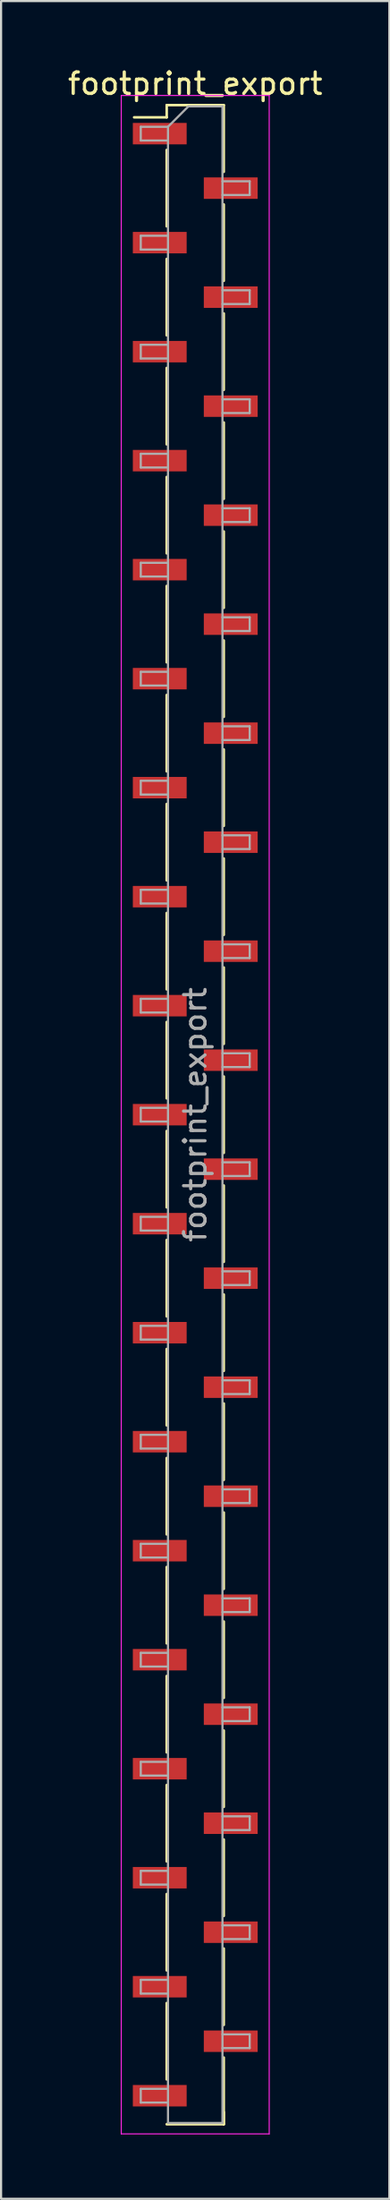
<source format=kicad_pcb>
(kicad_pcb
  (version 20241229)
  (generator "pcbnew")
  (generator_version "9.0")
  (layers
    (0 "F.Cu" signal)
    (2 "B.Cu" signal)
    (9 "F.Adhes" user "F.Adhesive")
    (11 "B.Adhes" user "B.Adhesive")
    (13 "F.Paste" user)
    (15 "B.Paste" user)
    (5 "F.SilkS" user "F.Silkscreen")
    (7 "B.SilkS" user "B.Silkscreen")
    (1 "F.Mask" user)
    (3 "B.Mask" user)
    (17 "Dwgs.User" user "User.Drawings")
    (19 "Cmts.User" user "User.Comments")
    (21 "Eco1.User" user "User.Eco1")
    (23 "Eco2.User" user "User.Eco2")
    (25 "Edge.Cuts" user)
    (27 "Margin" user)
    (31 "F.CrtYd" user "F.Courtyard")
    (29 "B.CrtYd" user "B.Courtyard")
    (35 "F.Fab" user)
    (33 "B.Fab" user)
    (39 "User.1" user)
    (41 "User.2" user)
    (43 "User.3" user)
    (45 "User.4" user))
  (footprint "footprint_export"
    (layer "F.Cu")
    (at 6.054 48.898)
    (property "Reference" "footprint_export" (at 0 -48.05 0) (layer "F.SilkS") (effects (font (size 1 1) (thickness 0.15))))
    (attr smd)
    (fp_line (start -1.33 -47.05) (end -1.33 -46.48) (stroke (width 0.12) (type solid)) (layer "F.SilkS"))
    (fp_line (start -1.33 -47.05) (end 1.33 -47.05) (stroke (width 0.12) (type solid)) (layer "F.SilkS"))
    (fp_line (start -1.33 -46.48) (end -2.85 -46.48) (stroke (width 0.12) (type solid)) (layer "F.SilkS"))
    (fp_line (start -1.33 -44.96) (end -1.33 -41.4) (stroke (width 0.12) (type solid)) (layer "F.SilkS"))
    (fp_line (start -1.33 -39.88) (end -1.33 -36.32) (stroke (width 0.12) (type solid)) (layer "F.SilkS"))
    (fp_line (start -1.33 -34.8) (end -1.33 -31.24) (stroke (width 0.12) (type solid)) (layer "F.SilkS"))
    (fp_line (start -1.33 -29.72) (end -1.33 -26.16) (stroke (width 0.12) (type solid)) (layer "F.SilkS"))
    (fp_line (start -1.33 -24.64) (end -1.33 -21.08) (stroke (width 0.12) (type solid)) (layer "F.SilkS"))
    (fp_line (start -1.33 -19.56) (end -1.33 -16) (stroke (width 0.12) (type solid)) (layer "F.SilkS"))
    (fp_line (start -1.33 -14.48) (end -1.33 -10.92) (stroke (width 0.12) (type solid)) (layer "F.SilkS"))
    (fp_line (start -1.33 -9.4) (end -1.33 -5.84) (stroke (width 0.12) (type solid)) (layer "F.SilkS"))
    (fp_line (start -1.33 -4.32) (end -1.33 -0.76) (stroke (width 0.12) (type solid)) (layer "F.SilkS"))
    (fp_line (start -1.33 0.76) (end -1.33 4.32) (stroke (width 0.12) (type solid)) (layer "F.SilkS"))
    (fp_line (start -1.33 5.84) (end -1.33 9.4) (stroke (width 0.12) (type solid)) (layer "F.SilkS"))
    (fp_line (start -1.33 10.92) (end -1.33 14.48) (stroke (width 0.12) (type solid)) (layer "F.SilkS"))
    (fp_line (start -1.33 16) (end -1.33 19.56) (stroke (width 0.12) (type solid)) (layer "F.SilkS"))
    (fp_line (start -1.33 21.08) (end -1.33 24.64) (stroke (width 0.12) (type solid)) (layer "F.SilkS"))
    (fp_line (start -1.33 26.16) (end -1.33 29.72) (stroke (width 0.12) (type solid)) (layer "F.SilkS"))
    (fp_line (start -1.33 31.24) (end -1.33 34.8) (stroke (width 0.12) (type solid)) (layer "F.SilkS"))
    (fp_line (start -1.33 36.32) (end -1.33 39.88) (stroke (width 0.12) (type solid)) (layer "F.SilkS"))
    (fp_line (start -1.33 41.4) (end -1.33 44.96) (stroke (width 0.12) (type solid)) (layer "F.SilkS"))
    (fp_line (start -1.33 47.05) (end 1.33 47.05) (stroke (width 0.12) (type solid)) (layer "F.SilkS"))
    (fp_line (start 1.33 -47.05) (end 1.33 -43.94) (stroke (width 0.12) (type solid)) (layer "F.SilkS"))
    (fp_line (start 1.33 -42.42) (end 1.33 -38.86) (stroke (width 0.12) (type solid)) (layer "F.SilkS"))
    (fp_line (start 1.33 -37.34) (end 1.33 -33.78) (stroke (width 0.12) (type solid)) (layer "F.SilkS"))
    (fp_line (start 1.33 -32.26) (end 1.33 -28.7) (stroke (width 0.12) (type solid)) (layer "F.SilkS"))
    (fp_line (start 1.33 -27.18) (end 1.33 -23.62) (stroke (width 0.12) (type solid)) (layer "F.SilkS"))
    (fp_line (start 1.33 -22.1) (end 1.33 -18.54) (stroke (width 0.12) (type solid)) (layer "F.SilkS"))
    (fp_line (start 1.33 -17.02) (end 1.33 -13.46) (stroke (width 0.12) (type solid)) (layer "F.SilkS"))
    (fp_line (start 1.33 -11.94) (end 1.33 -8.38) (stroke (width 0.12) (type solid)) (layer "F.SilkS"))
    (fp_line (start 1.33 -6.86) (end 1.33 -3.3) (stroke (width 0.12) (type solid)) (layer "F.SilkS"))
    (fp_line (start 1.33 -1.78) (end 1.33 1.78) (stroke (width 0.12) (type solid)) (layer "F.SilkS"))
    (fp_line (start 1.33 3.3) (end 1.33 6.86) (stroke (width 0.12) (type solid)) (layer "F.SilkS"))
    (fp_line (start 1.33 8.38) (end 1.33 11.94) (stroke (width 0.12) (type solid)) (layer "F.SilkS"))
    (fp_line (start 1.33 13.46) (end 1.33 17.02) (stroke (width 0.12) (type solid)) (layer "F.SilkS"))
    (fp_line (start 1.33 18.54) (end 1.33 22.1) (stroke (width 0.12) (type solid)) (layer "F.SilkS"))
    (fp_line (start 1.33 23.62) (end 1.33 27.18) (stroke (width 0.12) (type solid)) (layer "F.SilkS"))
    (fp_line (start 1.33 28.7) (end 1.33 32.26) (stroke (width 0.12) (type solid)) (layer "F.SilkS"))
    (fp_line (start 1.33 33.78) (end 1.33 37.34) (stroke (width 0.12) (type solid)) (layer "F.SilkS"))
    (fp_line (start 1.33 38.86) (end 1.33 42.42) (stroke (width 0.12) (type solid)) (layer "F.SilkS"))
    (fp_line (start 1.33 43.94) (end 1.33 47.05) (stroke (width 0.12) (type solid)) (layer "F.SilkS"))
    (fp_line (start 1.33 46.48) (end 1.33 47.05) (stroke (width 0.12) (type solid)) (layer "F.SilkS"))
    (fp_line (start -3.45 -47.5) (end -3.45 47.5) (stroke (width 0.05) (type solid)) (layer "F.CrtYd"))
    (fp_line (start -3.45 47.5) (end 3.45 47.5) (stroke (width 0.05) (type solid)) (layer "F.CrtYd"))
    (fp_line (start 3.45 -47.5) (end -3.45 -47.5) (stroke (width 0.05) (type solid)) (layer "F.CrtYd"))
    (fp_line (start 3.45 47.5) (end 3.45 -47.5) (stroke (width 0.05) (type solid)) (layer "F.CrtYd"))
    (fp_line (start -2.54 -46.04) (end -2.54 -45.4) (stroke (width 0.1) (type solid)) (layer "F.Fab"))
    (fp_line (start -2.54 -45.4) (end -1.27 -45.4) (stroke (width 0.1) (type solid)) (layer "F.Fab"))
    (fp_line (start -2.54 -40.96) (end -2.54 -40.32) (stroke (width 0.1) (type solid)) (layer "F.Fab"))
    (fp_line (start -2.54 -40.32) (end -1.27 -40.32) (stroke (width 0.1) (type solid)) (layer "F.Fab"))
    (fp_line (start -2.54 -35.88) (end -2.54 -35.24) (stroke (width 0.1) (type solid)) (layer "F.Fab"))
    (fp_line (start -2.54 -35.24) (end -1.27 -35.24) (stroke (width 0.1) (type solid)) (layer "F.Fab"))
    (fp_line (start -2.54 -30.8) (end -2.54 -30.16) (stroke (width 0.1) (type solid)) (layer "F.Fab"))
    (fp_line (start -2.54 -30.16) (end -1.27 -30.16) (stroke (width 0.1) (type solid)) (layer "F.Fab"))
    (fp_line (start -2.54 -25.72) (end -2.54 -25.08) (stroke (width 0.1) (type solid)) (layer "F.Fab"))
    (fp_line (start -2.54 -25.08) (end -1.27 -25.08) (stroke (width 0.1) (type solid)) (layer "F.Fab"))
    (fp_line (start -2.54 -20.64) (end -2.54 -20) (stroke (width 0.1) (type solid)) (layer "F.Fab"))
    (fp_line (start -2.54 -20) (end -1.27 -20) (stroke (width 0.1) (type solid)) (layer "F.Fab"))
    (fp_line (start -2.54 -15.56) (end -2.54 -14.92) (stroke (width 0.1) (type solid)) (layer "F.Fab"))
    (fp_line (start -2.54 -14.92) (end -1.27 -14.92) (stroke (width 0.1) (type solid)) (layer "F.Fab"))
    (fp_line (start -2.54 -10.48) (end -2.54 -9.84) (stroke (width 0.1) (type solid)) (layer "F.Fab"))
    (fp_line (start -2.54 -9.84) (end -1.27 -9.84) (stroke (width 0.1) (type solid)) (layer "F.Fab"))
    (fp_line (start -2.54 -5.4) (end -2.54 -4.76) (stroke (width 0.1) (type solid)) (layer "F.Fab"))
    (fp_line (start -2.54 -4.76) (end -1.27 -4.76) (stroke (width 0.1) (type solid)) (layer "F.Fab"))
    (fp_line (start -2.54 -0.32) (end -2.54 0.32) (stroke (width 0.1) (type solid)) (layer "F.Fab"))
    (fp_line (start -2.54 0.32) (end -1.27 0.32) (stroke (width 0.1) (type solid)) (layer "F.Fab"))
    (fp_line (start -2.54 4.76) (end -2.54 5.4) (stroke (width 0.1) (type solid)) (layer "F.Fab"))
    (fp_line (start -2.54 5.4) (end -1.27 5.4) (stroke (width 0.1) (type solid)) (layer "F.Fab"))
    (fp_line (start -2.54 9.84) (end -2.54 10.48) (stroke (width 0.1) (type solid)) (layer "F.Fab"))
    (fp_line (start -2.54 10.48) (end -1.27 10.48) (stroke (width 0.1) (type solid)) (layer "F.Fab"))
    (fp_line (start -2.54 14.92) (end -2.54 15.56) (stroke (width 0.1) (type solid)) (layer "F.Fab"))
    (fp_line (start -2.54 15.56) (end -1.27 15.56) (stroke (width 0.1) (type solid)) (layer "F.Fab"))
    (fp_line (start -2.54 20) (end -2.54 20.64) (stroke (width 0.1) (type solid)) (layer "F.Fab"))
    (fp_line (start -2.54 20.64) (end -1.27 20.64) (stroke (width 0.1) (type solid)) (layer "F.Fab"))
    (fp_line (start -2.54 25.08) (end -2.54 25.72) (stroke (width 0.1) (type solid)) (layer "F.Fab"))
    (fp_line (start -2.54 25.72) (end -1.27 25.72) (stroke (width 0.1) (type solid)) (layer "F.Fab"))
    (fp_line (start -2.54 30.16) (end -2.54 30.8) (stroke (width 0.1) (type solid)) (layer "F.Fab"))
    (fp_line (start -2.54 30.8) (end -1.27 30.8) (stroke (width 0.1) (type solid)) (layer "F.Fab"))
    (fp_line (start -2.54 35.24) (end -2.54 35.88) (stroke (width 0.1) (type solid)) (layer "F.Fab"))
    (fp_line (start -2.54 35.88) (end -1.27 35.88) (stroke (width 0.1) (type solid)) (layer "F.Fab"))
    (fp_line (start -2.54 40.32) (end -2.54 40.96) (stroke (width 0.1) (type solid)) (layer "F.Fab"))
    (fp_line (start -2.54 40.96) (end -1.27 40.96) (stroke (width 0.1) (type solid)) (layer "F.Fab"))
    (fp_line (start -2.54 45.4) (end -2.54 46.04) (stroke (width 0.1) (type solid)) (layer "F.Fab"))
    (fp_line (start -2.54 46.04) (end -1.27 46.04) (stroke (width 0.1) (type solid)) (layer "F.Fab"))
    (fp_line (start -1.27 -46.04) (end -2.54 -46.04) (stroke (width 0.1) (type solid)) (layer "F.Fab"))
    (fp_line (start -1.27 -46.04) (end -0.32 -46.99) (stroke (width 0.1) (type solid)) (layer "F.Fab"))
    (fp_line (start -1.27 -40.96) (end -2.54 -40.96) (stroke (width 0.1) (type solid)) (layer "F.Fab"))
    (fp_line (start -1.27 -35.88) (end -2.54 -35.88) (stroke (width 0.1) (type solid)) (layer "F.Fab"))
    (fp_line (start -1.27 -30.8) (end -2.54 -30.8) (stroke (width 0.1) (type solid)) (layer "F.Fab"))
    (fp_line (start -1.27 -25.72) (end -2.54 -25.72) (stroke (width 0.1) (type solid)) (layer "F.Fab"))
    (fp_line (start -1.27 -20.64) (end -2.54 -20.64) (stroke (width 0.1) (type solid)) (layer "F.Fab"))
    (fp_line (start -1.27 -15.56) (end -2.54 -15.56) (stroke (width 0.1) (type solid)) (layer "F.Fab"))
    (fp_line (start -1.27 -10.48) (end -2.54 -10.48) (stroke (width 0.1) (type solid)) (layer "F.Fab"))
    (fp_line (start -1.27 -5.4) (end -2.54 -5.4) (stroke (width 0.1) (type solid)) (layer "F.Fab"))
    (fp_line (start -1.27 -0.32) (end -2.54 -0.32) (stroke (width 0.1) (type solid)) (layer "F.Fab"))
    (fp_line (start -1.27 4.76) (end -2.54 4.76) (stroke (width 0.1) (type solid)) (layer "F.Fab"))
    (fp_line (start -1.27 9.84) (end -2.54 9.84) (stroke (width 0.1) (type solid)) (layer "F.Fab"))
    (fp_line (start -1.27 14.92) (end -2.54 14.92) (stroke (width 0.1) (type solid)) (layer "F.Fab"))
    (fp_line (start -1.27 20) (end -2.54 20) (stroke (width 0.1) (type solid)) (layer "F.Fab"))
    (fp_line (start -1.27 25.08) (end -2.54 25.08) (stroke (width 0.1) (type solid)) (layer "F.Fab"))
    (fp_line (start -1.27 30.16) (end -2.54 30.16) (stroke (width 0.1) (type solid)) (layer "F.Fab"))
    (fp_line (start -1.27 35.24) (end -2.54 35.24) (stroke (width 0.1) (type solid)) (layer "F.Fab"))
    (fp_line (start -1.27 40.32) (end -2.54 40.32) (stroke (width 0.1) (type solid)) (layer "F.Fab"))
    (fp_line (start -1.27 45.4) (end -2.54 45.4) (stroke (width 0.1) (type solid)) (layer "F.Fab"))
    (fp_line (start -1.27 46.99) (end -1.27 -46.04) (stroke (width 0.1) (type solid)) (layer "F.Fab"))
    (fp_line (start -0.32 -46.99) (end 1.27 -46.99) (stroke (width 0.1) (type solid)) (layer "F.Fab"))
    (fp_line (start 1.27 -46.99) (end 1.27 46.99) (stroke (width 0.1) (type solid)) (layer "F.Fab"))
    (fp_line (start 1.27 -43.5) (end 2.54 -43.5) (stroke (width 0.1) (type solid)) (layer "F.Fab"))
    (fp_line (start 1.27 -38.42) (end 2.54 -38.42) (stroke (width 0.1) (type solid)) (layer "F.Fab"))
    (fp_line (start 1.27 -33.34) (end 2.54 -33.34) (stroke (width 0.1) (type solid)) (layer "F.Fab"))
    (fp_line (start 1.27 -28.26) (end 2.54 -28.26) (stroke (width 0.1) (type solid)) (layer "F.Fab"))
    (fp_line (start 1.27 -23.18) (end 2.54 -23.18) (stroke (width 0.1) (type solid)) (layer "F.Fab"))
    (fp_line (start 1.27 -18.1) (end 2.54 -18.1) (stroke (width 0.1) (type solid)) (layer "F.Fab"))
    (fp_line (start 1.27 -13.02) (end 2.54 -13.02) (stroke (width 0.1) (type solid)) (layer "F.Fab"))
    (fp_line (start 1.27 -7.94) (end 2.54 -7.94) (stroke (width 0.1) (type solid)) (layer "F.Fab"))
    (fp_line (start 1.27 -2.86) (end 2.54 -2.86) (stroke (width 0.1) (type solid)) (layer "F.Fab"))
    (fp_line (start 1.27 2.22) (end 2.54 2.22) (stroke (width 0.1) (type solid)) (layer "F.Fab"))
    (fp_line (start 1.27 7.3) (end 2.54 7.3) (stroke (width 0.1) (type solid)) (layer "F.Fab"))
    (fp_line (start 1.27 12.38) (end 2.54 12.38) (stroke (width 0.1) (type solid)) (layer "F.Fab"))
    (fp_line (start 1.27 17.46) (end 2.54 17.46) (stroke (width 0.1) (type solid)) (layer "F.Fab"))
    (fp_line (start 1.27 22.54) (end 2.54 22.54) (stroke (width 0.1) (type solid)) (layer "F.Fab"))
    (fp_line (start 1.27 27.62) (end 2.54 27.62) (stroke (width 0.1) (type solid)) (layer "F.Fab"))
    (fp_line (start 1.27 32.7) (end 2.54 32.7) (stroke (width 0.1) (type solid)) (layer "F.Fab"))
    (fp_line (start 1.27 37.78) (end 2.54 37.78) (stroke (width 0.1) (type solid)) (layer "F.Fab"))
    (fp_line (start 1.27 42.86) (end 2.54 42.86) (stroke (width 0.1) (type solid)) (layer "F.Fab"))
    (fp_line (start 1.27 46.99) (end -1.27 46.99) (stroke (width 0.1) (type solid)) (layer "F.Fab"))
    (fp_line (start 2.54 -43.5) (end 2.54 -42.86) (stroke (width 0.1) (type solid)) (layer "F.Fab"))
    (fp_line (start 2.54 -42.86) (end 1.27 -42.86) (stroke (width 0.1) (type solid)) (layer "F.Fab"))
    (fp_line (start 2.54 -38.42) (end 2.54 -37.78) (stroke (width 0.1) (type solid)) (layer "F.Fab"))
    (fp_line (start 2.54 -37.78) (end 1.27 -37.78) (stroke (width 0.1) (type solid)) (layer "F.Fab"))
    (fp_line (start 2.54 -33.34) (end 2.54 -32.7) (stroke (width 0.1) (type solid)) (layer "F.Fab"))
    (fp_line (start 2.54 -32.7) (end 1.27 -32.7) (stroke (width 0.1) (type solid)) (layer "F.Fab"))
    (fp_line (start 2.54 -28.26) (end 2.54 -27.62) (stroke (width 0.1) (type solid)) (layer "F.Fab"))
    (fp_line (start 2.54 -27.62) (end 1.27 -27.62) (stroke (width 0.1) (type solid)) (layer "F.Fab"))
    (fp_line (start 2.54 -23.18) (end 2.54 -22.54) (stroke (width 0.1) (type solid)) (layer "F.Fab"))
    (fp_line (start 2.54 -22.54) (end 1.27 -22.54) (stroke (width 0.1) (type solid)) (layer "F.Fab"))
    (fp_line (start 2.54 -18.1) (end 2.54 -17.46) (stroke (width 0.1) (type solid)) (layer "F.Fab"))
    (fp_line (start 2.54 -17.46) (end 1.27 -17.46) (stroke (width 0.1) (type solid)) (layer "F.Fab"))
    (fp_line (start 2.54 -13.02) (end 2.54 -12.38) (stroke (width 0.1) (type solid)) (layer "F.Fab"))
    (fp_line (start 2.54 -12.38) (end 1.27 -12.38) (stroke (width 0.1) (type solid)) (layer "F.Fab"))
    (fp_line (start 2.54 -7.94) (end 2.54 -7.3) (stroke (width 0.1) (type solid)) (layer "F.Fab"))
    (fp_line (start 2.54 -7.3) (end 1.27 -7.3) (stroke (width 0.1) (type solid)) (layer "F.Fab"))
    (fp_line (start 2.54 -2.86) (end 2.54 -2.22) (stroke (width 0.1) (type solid)) (layer "F.Fab"))
    (fp_line (start 2.54 -2.22) (end 1.27 -2.22) (stroke (width 0.1) (type solid)) (layer "F.Fab"))
    (fp_line (start 2.54 2.22) (end 2.54 2.86) (stroke (width 0.1) (type solid)) (layer "F.Fab"))
    (fp_line (start 2.54 2.86) (end 1.27 2.86) (stroke (width 0.1) (type solid)) (layer "F.Fab"))
    (fp_line (start 2.54 7.3) (end 2.54 7.94) (stroke (width 0.1) (type solid)) (layer "F.Fab"))
    (fp_line (start 2.54 7.94) (end 1.27 7.94) (stroke (width 0.1) (type solid)) (layer "F.Fab"))
    (fp_line (start 2.54 12.38) (end 2.54 13.02) (stroke (width 0.1) (type solid)) (layer "F.Fab"))
    (fp_line (start 2.54 13.02) (end 1.27 13.02) (stroke (width 0.1) (type solid)) (layer "F.Fab"))
    (fp_line (start 2.54 17.46) (end 2.54 18.1) (stroke (width 0.1) (type solid)) (layer "F.Fab"))
    (fp_line (start 2.54 18.1) (end 1.27 18.1) (stroke (width 0.1) (type solid)) (layer "F.Fab"))
    (fp_line (start 2.54 22.54) (end 2.54 23.18) (stroke (width 0.1) (type solid)) (layer "F.Fab"))
    (fp_line (start 2.54 23.18) (end 1.27 23.18) (stroke (width 0.1) (type solid)) (layer "F.Fab"))
    (fp_line (start 2.54 27.62) (end 2.54 28.26) (stroke (width 0.1) (type solid)) (layer "F.Fab"))
    (fp_line (start 2.54 28.26) (end 1.27 28.26) (stroke (width 0.1) (type solid)) (layer "F.Fab"))
    (fp_line (start 2.54 32.7) (end 2.54 33.34) (stroke (width 0.1) (type solid)) (layer "F.Fab"))
    (fp_line (start 2.54 33.34) (end 1.27 33.34) (stroke (width 0.1) (type solid)) (layer "F.Fab"))
    (fp_line (start 2.54 37.78) (end 2.54 38.42) (stroke (width 0.1) (type solid)) (layer "F.Fab"))
    (fp_line (start 2.54 38.42) (end 1.27 38.42) (stroke (width 0.1) (type solid)) (layer "F.Fab"))
    (fp_line (start 2.54 42.86) (end 2.54 43.5) (stroke (width 0.1) (type solid)) (layer "F.Fab"))
    (fp_line (start 2.54 43.5) (end 1.27 43.5) (stroke (width 0.1) (type solid)) (layer "F.Fab"))
    (fp_text user "${REFERENCE}" (at 0 0 90) (layer "F.Fab") (effects (font (size 1 1) (thickness 0.15))))
    (pad "1" smd rect (at -1.655 -45.72) (size 2.51 1) (layers "F.Cu" "F.Mask" "F.Paste"))
    (pad "2" smd rect (at 1.655 -43.18) (size 2.51 1) (layers "F.Cu" "F.Mask" "F.Paste"))
    (pad "3" smd rect (at -1.655 -40.64) (size 2.51 1) (layers "F.Cu" "F.Mask" "F.Paste"))
    (pad "4" smd rect (at 1.655 -38.1) (size 2.51 1) (layers "F.Cu" "F.Mask" "F.Paste"))
    (pad "5" smd rect (at -1.655 -35.56) (size 2.51 1) (layers "F.Cu" "F.Mask" "F.Paste"))
    (pad "6" smd rect (at 1.655 -33.02) (size 2.51 1) (layers "F.Cu" "F.Mask" "F.Paste"))
    (pad "7" smd rect (at -1.655 -30.48) (size 2.51 1) (layers "F.Cu" "F.Mask" "F.Paste"))
    (pad "8" smd rect (at 1.655 -27.94) (size 2.51 1) (layers "F.Cu" "F.Mask" "F.Paste"))
    (pad "9" smd rect (at -1.655 -25.4) (size 2.51 1) (layers "F.Cu" "F.Mask" "F.Paste"))
    (pad "10" smd rect (at 1.655 -22.86) (size 2.51 1) (layers "F.Cu" "F.Mask" "F.Paste"))
    (pad "11" smd rect (at -1.655 -20.32) (size 2.51 1) (layers "F.Cu" "F.Mask" "F.Paste"))
    (pad "12" smd rect (at 1.655 -17.78) (size 2.51 1) (layers "F.Cu" "F.Mask" "F.Paste"))
    (pad "13" smd rect (at -1.655 -15.24) (size 2.51 1) (layers "F.Cu" "F.Mask" "F.Paste"))
    (pad "14" smd rect (at 1.655 -12.7) (size 2.51 1) (layers "F.Cu" "F.Mask" "F.Paste"))
    (pad "15" smd rect (at -1.655 -10.16) (size 2.51 1) (layers "F.Cu" "F.Mask" "F.Paste"))
    (pad "16" smd rect (at 1.655 -7.62) (size 2.51 1) (layers "F.Cu" "F.Mask" "F.Paste"))
    (pad "17" smd rect (at -1.655 -5.08) (size 2.51 1) (layers "F.Cu" "F.Mask" "F.Paste"))
    (pad "18" smd rect (at 1.655 -2.54) (size 2.51 1) (layers "F.Cu" "F.Mask" "F.Paste"))
    (pad "19" smd rect (at -1.655 0) (size 2.51 1) (layers "F.Cu" "F.Mask" "F.Paste"))
    (pad "20" smd rect (at 1.655 2.54) (size 2.51 1) (layers "F.Cu" "F.Mask" "F.Paste"))
    (pad "21" smd rect (at -1.655 5.08) (size 2.51 1) (layers "F.Cu" "F.Mask" "F.Paste"))
    (pad "22" smd rect (at 1.655 7.62) (size 2.51 1) (layers "F.Cu" "F.Mask" "F.Paste"))
    (pad "23" smd rect (at -1.655 10.16) (size 2.51 1) (layers "F.Cu" "F.Mask" "F.Paste"))
    (pad "24" smd rect (at 1.655 12.7) (size 2.51 1) (layers "F.Cu" "F.Mask" "F.Paste"))
    (pad "25" smd rect (at -1.655 15.24) (size 2.51 1) (layers "F.Cu" "F.Mask" "F.Paste"))
    (pad "26" smd rect (at 1.655 17.78) (size 2.51 1) (layers "F.Cu" "F.Mask" "F.Paste"))
    (pad "27" smd rect (at -1.655 20.32) (size 2.51 1) (layers "F.Cu" "F.Mask" "F.Paste"))
    (pad "28" smd rect (at 1.655 22.86) (size 2.51 1) (layers "F.Cu" "F.Mask" "F.Paste"))
    (pad "29" smd rect (at -1.655 25.4) (size 2.51 1) (layers "F.Cu" "F.Mask" "F.Paste"))
    (pad "30" smd rect (at 1.655 27.94) (size 2.51 1) (layers "F.Cu" "F.Mask" "F.Paste"))
    (pad "31" smd rect (at -1.655 30.48) (size 2.51 1) (layers "F.Cu" "F.Mask" "F.Paste"))
    (pad "32" smd rect (at 1.655 33.02) (size 2.51 1) (layers "F.Cu" "F.Mask" "F.Paste"))
    (pad "33" smd rect (at -1.655 35.56) (size 2.51 1) (layers "F.Cu" "F.Mask" "F.Paste"))
    (pad "34" smd rect (at 1.655 38.1) (size 2.51 1) (layers "F.Cu" "F.Mask" "F.Paste"))
    (pad "35" smd rect (at -1.655 40.64) (size 2.51 1) (layers "F.Cu" "F.Mask" "F.Paste"))
    (pad "36" smd rect (at 1.655 43.18) (size 2.51 1) (layers "F.Cu" "F.Mask" "F.Paste"))
    (pad "37" smd rect (at -1.655 45.72) (size 2.51 1) (layers "F.Cu" "F.Mask" "F.Paste")))
  (gr_rect
    (start -3 -3)
    (end 15.107 99.423)
    (stroke (width 0.1) (type default))
    (fill no)
    (layer "Edge.Cuts")))
</source>
